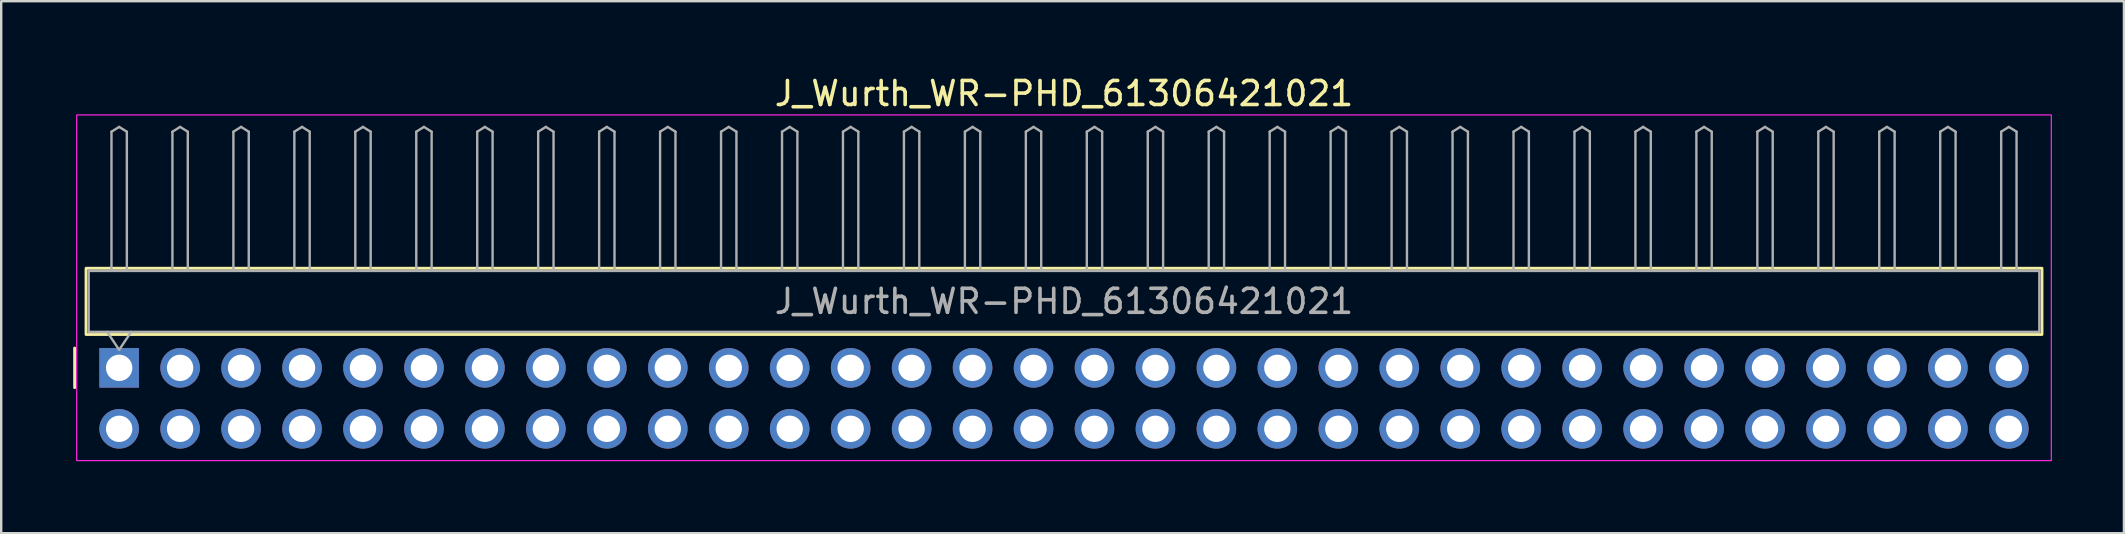
<source format=kicad_pcb>
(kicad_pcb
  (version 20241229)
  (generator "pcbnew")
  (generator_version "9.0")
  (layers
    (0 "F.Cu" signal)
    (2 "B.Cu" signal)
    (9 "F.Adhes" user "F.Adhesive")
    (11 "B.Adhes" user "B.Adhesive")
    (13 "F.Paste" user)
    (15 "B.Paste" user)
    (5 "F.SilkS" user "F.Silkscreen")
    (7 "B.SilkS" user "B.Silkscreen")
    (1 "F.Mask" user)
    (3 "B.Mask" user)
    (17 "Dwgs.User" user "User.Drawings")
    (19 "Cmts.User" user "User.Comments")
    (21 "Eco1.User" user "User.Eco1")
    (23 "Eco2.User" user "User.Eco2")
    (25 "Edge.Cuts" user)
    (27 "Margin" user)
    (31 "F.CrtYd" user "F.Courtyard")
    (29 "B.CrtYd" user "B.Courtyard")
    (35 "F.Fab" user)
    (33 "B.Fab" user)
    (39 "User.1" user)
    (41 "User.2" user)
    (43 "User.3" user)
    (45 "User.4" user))
  (footprint "J_Wurth_WR-PHD_61306421021"
    (layer "F.Cu")
    (at 1.915 12.278)
    (property "Reference" "J_Wurth_WR-PHD_61306421021" (at 39.37 -11.43 0) (unlocked yes) (layer "F.SilkS") (effects (font (size 1 1) (thickness 0.15))))
    (attr through_hole)
    (fp_line (start -1.855 -0.825) (end -1.855 0.825) (stroke (width 0.12) (type solid)) (layer "F.SilkS"))
    (fp_rect (start -1.38 -4.15) (end 80.12 -1.39) (stroke (width 0.12) (type solid)) (fill no) (layer "F.SilkS"))
    (fp_rect (start -1.77 -10.54) (end 80.51 3.865) (stroke (width 0.05) (type solid)) (fill no) (layer "F.CrtYd"))
    (fp_line (start -0.32 -9.84) (end -0.32 -4.04) (stroke (width 0.1) (type solid)) (layer "F.Fab"))
    (fp_line (start 0 -10.04) (end -0.32 -9.84) (stroke (width 0.1) (type solid)) (layer "F.Fab"))
    (fp_line (start 0 -0.75) (end -0.5 -1.5) (stroke (width 0.1) (type solid)) (layer "F.Fab"))
    (fp_line (start 0 -0.75) (end 0.5 -1.5) (stroke (width 0.1) (type solid)) (layer "F.Fab"))
    (fp_line (start 0.32 -9.84) (end 0 -10.04) (stroke (width 0.1) (type default)) (layer "F.Fab"))
    (fp_line (start 0.32 -4.04) (end 0.32 -9.84) (stroke (width 0.1) (type solid)) (layer "F.Fab"))
    (fp_line (start 2.22 -9.84) (end 2.22 -4.04) (stroke (width 0.1) (type solid)) (layer "F.Fab"))
    (fp_line (start 2.54 -10.04) (end 2.22 -9.84) (stroke (width 0.1) (type solid)) (layer "F.Fab"))
    (fp_line (start 2.86 -9.84) (end 2.54 -10.04) (stroke (width 0.1) (type default)) (layer "F.Fab"))
    (fp_line (start 2.86 -4.04) (end 2.86 -9.84) (stroke (width 0.1) (type solid)) (layer "F.Fab"))
    (fp_line (start 4.76 -9.84) (end 4.76 -4.04) (stroke (width 0.1) (type solid)) (layer "F.Fab"))
    (fp_line (start 5.08 -10.04) (end 4.76 -9.84) (stroke (width 0.1) (type solid)) (layer "F.Fab"))
    (fp_line (start 5.4 -9.84) (end 5.08 -10.04) (stroke (width 0.1) (type default)) (layer "F.Fab"))
    (fp_line (start 5.4 -4.04) (end 5.4 -9.84) (stroke (width 0.1) (type solid)) (layer "F.Fab"))
    (fp_line (start 7.3 -9.84) (end 7.3 -4.04) (stroke (width 0.1) (type solid)) (layer "F.Fab"))
    (fp_line (start 7.62 -10.04) (end 7.3 -9.84) (stroke (width 0.1) (type solid)) (layer "F.Fab"))
    (fp_line (start 7.94 -9.84) (end 7.62 -10.04) (stroke (width 0.1) (type default)) (layer "F.Fab"))
    (fp_line (start 7.94 -4.04) (end 7.94 -9.84) (stroke (width 0.1) (type solid)) (layer "F.Fab"))
    (fp_line (start 9.84 -9.84) (end 9.84 -4.04) (stroke (width 0.1) (type solid)) (layer "F.Fab"))
    (fp_line (start 10.16 -10.04) (end 9.84 -9.84) (stroke (width 0.1) (type solid)) (layer "F.Fab"))
    (fp_line (start 10.48 -9.84) (end 10.16 -10.04) (stroke (width 0.1) (type solid)) (layer "F.Fab"))
    (fp_line (start 10.48 -4.04) (end 10.48 -9.84) (stroke (width 0.1) (type solid)) (layer "F.Fab"))
    (fp_line (start 12.38 -9.84) (end 12.38 -4.04) (stroke (width 0.1) (type solid)) (layer "F.Fab"))
    (fp_line (start 12.7 -10.04) (end 12.38 -9.84) (stroke (width 0.1) (type solid)) (layer "F.Fab"))
    (fp_line (start 13.02 -9.84) (end 12.7 -10.04) (stroke (width 0.1) (type solid)) (layer "F.Fab"))
    (fp_line (start 13.02 -4.04) (end 13.02 -9.84) (stroke (width 0.1) (type solid)) (layer "F.Fab"))
    (fp_line (start 14.92 -9.84) (end 14.92 -4.04) (stroke (width 0.1) (type solid)) (layer "F.Fab"))
    (fp_line (start 15.24 -10.04) (end 14.92 -9.84) (stroke (width 0.1) (type solid)) (layer "F.Fab"))
    (fp_line (start 15.56 -9.84) (end 15.24 -10.04) (stroke (width 0.1) (type solid)) (layer "F.Fab"))
    (fp_line (start 15.56 -4.04) (end 15.56 -9.84) (stroke (width 0.1) (type solid)) (layer "F.Fab"))
    (fp_line (start 17.46 -9.84) (end 17.46 -4.04) (stroke (width 0.1) (type solid)) (layer "F.Fab"))
    (fp_line (start 17.78 -10.04) (end 17.46 -9.84) (stroke (width 0.1) (type solid)) (layer "F.Fab"))
    (fp_line (start 17.78 -10.04) (end 18.1 -9.84) (stroke (width 0.1) (type solid)) (layer "F.Fab"))
    (fp_line (start 18.1 -4.04) (end 18.1 -9.84) (stroke (width 0.1) (type solid)) (layer "F.Fab"))
    (fp_line (start 20 -9.84) (end 20 -4.04) (stroke (width 0.1) (type solid)) (layer "F.Fab"))
    (fp_line (start 20.32 -10.04) (end 20 -9.84) (stroke (width 0.1) (type solid)) (layer "F.Fab"))
    (fp_line (start 20.32 -10.04) (end 20.64 -9.84) (stroke (width 0.1) (type solid)) (layer "F.Fab"))
    (fp_line (start 20.64 -4.04) (end 20.64 -9.84) (stroke (width 0.1) (type solid)) (layer "F.Fab"))
    (fp_line (start 22.54 -9.84) (end 22.54 -4.04) (stroke (width 0.1) (type solid)) (layer "F.Fab"))
    (fp_line (start 22.86 -10.04) (end 22.54 -9.84) (stroke (width 0.1) (type solid)) (layer "F.Fab"))
    (fp_line (start 22.86 -10.04) (end 23.18 -9.84) (stroke (width 0.1) (type solid)) (layer "F.Fab"))
    (fp_line (start 23.18 -4.04) (end 23.18 -9.84) (stroke (width 0.1) (type solid)) (layer "F.Fab"))
    (fp_line (start 25.08 -9.84) (end 25.08 -4.04) (stroke (width 0.1) (type solid)) (layer "F.Fab"))
    (fp_line (start 25.4 -10.04) (end 25.08 -9.84) (stroke (width 0.1) (type solid)) (layer "F.Fab"))
    (fp_line (start 25.4 -10.04) (end 25.72 -9.84) (stroke (width 0.1) (type solid)) (layer "F.Fab"))
    (fp_line (start 25.72 -4.04) (end 25.72 -9.84) (stroke (width 0.1) (type solid)) (layer "F.Fab"))
    (fp_line (start 27.62 -9.84) (end 27.62 -4.04) (stroke (width 0.1) (type solid)) (layer "F.Fab"))
    (fp_line (start 27.94 -10.04) (end 27.62 -9.84) (stroke (width 0.1) (type solid)) (layer "F.Fab"))
    (fp_line (start 27.94 -10.04) (end 28.26 -9.84) (stroke (width 0.1) (type solid)) (layer "F.Fab"))
    (fp_line (start 28.26 -4.04) (end 28.26 -9.84) (stroke (width 0.1) (type solid)) (layer "F.Fab"))
    (fp_line (start 30.16 -9.84) (end 30.16 -4.04) (stroke (width 0.1) (type solid)) (layer "F.Fab"))
    (fp_line (start 30.48 -10.04) (end 30.16 -9.84) (stroke (width 0.1) (type solid)) (layer "F.Fab"))
    (fp_line (start 30.48 -10.04) (end 30.8 -9.84) (stroke (width 0.1) (type solid)) (layer "F.Fab"))
    (fp_line (start 30.8 -4.04) (end 30.8 -9.84) (stroke (width 0.1) (type solid)) (layer "F.Fab"))
    (fp_line (start 32.7 -9.84) (end 32.7 -4.04) (stroke (width 0.1) (type solid)) (layer "F.Fab"))
    (fp_line (start 33.02 -10.04) (end 32.7 -9.84) (stroke (width 0.1) (type solid)) (layer "F.Fab"))
    (fp_line (start 33.02 -10.04) (end 33.34 -9.84) (stroke (width 0.1) (type solid)) (layer "F.Fab"))
    (fp_line (start 33.34 -4.04) (end 33.34 -9.84) (stroke (width 0.1) (type solid)) (layer "F.Fab"))
    (fp_line (start 35.24 -9.84) (end 35.24 -4.04) (stroke (width 0.1) (type solid)) (layer "F.Fab"))
    (fp_line (start 35.56 -10.04) (end 35.24 -9.84) (stroke (width 0.1) (type solid)) (layer "F.Fab"))
    (fp_line (start 35.56 -10.04) (end 35.88 -9.84) (stroke (width 0.1) (type solid)) (layer "F.Fab"))
    (fp_line (start 35.88 -4.04) (end 35.88 -9.84) (stroke (width 0.1) (type solid)) (layer "F.Fab"))
    (fp_line (start 37.78 -9.84) (end 37.78 -4.04) (stroke (width 0.1) (type solid)) (layer "F.Fab"))
    (fp_line (start 38.1 -10.04) (end 37.78 -9.84) (stroke (width 0.1) (type solid)) (layer "F.Fab"))
    (fp_line (start 38.1 -10.04) (end 38.42 -9.84) (stroke (width 0.1) (type solid)) (layer "F.Fab"))
    (fp_line (start 38.42 -4.04) (end 38.42 -9.84) (stroke (width 0.1) (type solid)) (layer "F.Fab"))
    (fp_line (start 40.32 -9.84) (end 40.32 -4.04) (stroke (width 0.1) (type solid)) (layer "F.Fab"))
    (fp_line (start 40.64 -10.04) (end 40.32 -9.84) (stroke (width 0.1) (type solid)) (layer "F.Fab"))
    (fp_line (start 40.64 -10.04) (end 40.96 -9.84) (stroke (width 0.1) (type solid)) (layer "F.Fab"))
    (fp_line (start 40.96 -4.04) (end 40.96 -9.84) (stroke (width 0.1) (type solid)) (layer "F.Fab"))
    (fp_line (start 42.86 -9.84) (end 42.86 -4.04) (stroke (width 0.1) (type solid)) (layer "F.Fab"))
    (fp_line (start 43.18 -10.04) (end 42.86 -9.84) (stroke (width 0.1) (type solid)) (layer "F.Fab"))
    (fp_line (start 43.18 -10.04) (end 43.5 -9.84) (stroke (width 0.1) (type solid)) (layer "F.Fab"))
    (fp_line (start 43.5 -4.04) (end 43.5 -9.84) (stroke (width 0.1) (type solid)) (layer "F.Fab"))
    (fp_line (start 45.4 -9.84) (end 45.4 -4.04) (stroke (width 0.1) (type solid)) (layer "F.Fab"))
    (fp_line (start 45.72 -10.04) (end 45.4 -9.84) (stroke (width 0.1) (type solid)) (layer "F.Fab"))
    (fp_line (start 45.72 -10.04) (end 46.04 -9.84) (stroke (width 0.1) (type solid)) (layer "F.Fab"))
    (fp_line (start 46.04 -4.04) (end 46.04 -9.84) (stroke (width 0.1) (type solid)) (layer "F.Fab"))
    (fp_line (start 47.94 -9.84) (end 47.94 -4.04) (stroke (width 0.1) (type solid)) (layer "F.Fab"))
    (fp_line (start 48.26 -10.04) (end 47.94 -9.84) (stroke (width 0.1) (type solid)) (layer "F.Fab"))
    (fp_line (start 48.58 -9.84) (end 48.26 -10.04) (stroke (width 0.1) (type solid)) (layer "F.Fab"))
    (fp_line (start 48.58 -4.04) (end 48.58 -9.84) (stroke (width 0.1) (type solid)) (layer "F.Fab"))
    (fp_line (start 50.48 -9.84) (end 50.48 -4.04) (stroke (width 0.1) (type solid)) (layer "F.Fab"))
    (fp_line (start 50.8 -10.04) (end 50.48 -9.84) (stroke (width 0.1) (type solid)) (layer "F.Fab"))
    (fp_line (start 51.12 -9.84) (end 50.8 -10.04) (stroke (width 0.1) (type solid)) (layer "F.Fab"))
    (fp_line (start 51.12 -4.04) (end 51.12 -9.84) (stroke (width 0.1) (type solid)) (layer "F.Fab"))
    (fp_line (start 53.02 -9.84) (end 53.02 -4.04) (stroke (width 0.1) (type solid)) (layer "F.Fab"))
    (fp_line (start 53.34 -10.04) (end 53.02 -9.84) (stroke (width 0.1) (type solid)) (layer "F.Fab"))
    (fp_line (start 53.66 -9.84) (end 53.34 -10.04) (stroke (width 0.1) (type solid)) (layer "F.Fab"))
    (fp_line (start 53.66 -4.04) (end 53.66 -9.84) (stroke (width 0.1) (type solid)) (layer "F.Fab"))
    (fp_line (start 55.56 -9.84) (end 55.56 -4.04) (stroke (width 0.1) (type solid)) (layer "F.Fab"))
    (fp_line (start 55.88 -10.04) (end 55.56 -9.84) (stroke (width 0.1) (type solid)) (layer "F.Fab"))
    (fp_line (start 56.2 -9.84) (end 55.88 -10.04) (stroke (width 0.1) (type solid)) (layer "F.Fab"))
    (fp_line (start 56.2 -4.04) (end 56.2 -9.84) (stroke (width 0.1) (type solid)) (layer "F.Fab"))
    (fp_line (start 58.1 -9.84) (end 58.1 -4.04) (stroke (width 0.1) (type solid)) (layer "F.Fab"))
    (fp_line (start 58.42 -10.04) (end 58.1 -9.84) (stroke (width 0.1) (type solid)) (layer "F.Fab"))
    (fp_line (start 58.74 -9.84) (end 58.42 -10.04) (stroke (width 0.1) (type solid)) (layer "F.Fab"))
    (fp_line (start 58.74 -4.04) (end 58.74 -9.84) (stroke (width 0.1) (type solid)) (layer "F.Fab"))
    (fp_line (start 60.64 -9.84) (end 60.64 -4.04) (stroke (width 0.1) (type solid)) (layer "F.Fab"))
    (fp_line (start 60.96 -10.04) (end 60.64 -9.84) (stroke (width 0.1) (type solid)) (layer "F.Fab"))
    (fp_line (start 61.28 -9.84) (end 60.96 -10.04) (stroke (width 0.1) (type solid)) (layer "F.Fab"))
    (fp_line (start 61.28 -4.04) (end 61.28 -9.84) (stroke (width 0.1) (type solid)) (layer "F.Fab"))
    (fp_line (start 63.18 -9.84) (end 63.18 -4.04) (stroke (width 0.1) (type solid)) (layer "F.Fab"))
    (fp_line (start 63.5 -10.04) (end 63.18 -9.84) (stroke (width 0.1) (type solid)) (layer "F.Fab"))
    (fp_line (start 63.82 -9.84) (end 63.5 -10.04) (stroke (width 0.1) (type solid)) (layer "F.Fab"))
    (fp_line (start 63.82 -4.04) (end 63.82 -9.84) (stroke (width 0.1) (type solid)) (layer "F.Fab"))
    (fp_line (start 65.72 -9.84) (end 65.72 -4.04) (stroke (width 0.1) (type solid)) (layer "F.Fab"))
    (fp_line (start 66.04 -10.04) (end 65.72 -9.84) (stroke (width 0.1) (type solid)) (layer "F.Fab"))
    (fp_line (start 66.36 -9.84) (end 66.04 -10.04) (stroke (width 0.1) (type solid)) (layer "F.Fab"))
    (fp_line (start 66.36 -4.04) (end 66.36 -9.84) (stroke (width 0.1) (type solid)) (layer "F.Fab"))
    (fp_line (start 68.26 -9.84) (end 68.26 -4.04) (stroke (width 0.1) (type solid)) (layer "F.Fab"))
    (fp_line (start 68.58 -10.04) (end 68.26 -9.84) (stroke (width 0.1) (type solid)) (layer "F.Fab"))
    (fp_line (start 68.9 -9.84) (end 68.58 -10.04) (stroke (width 0.1) (type solid)) (layer "F.Fab"))
    (fp_line (start 68.9 -4.04) (end 68.9 -9.84) (stroke (width 0.1) (type solid)) (layer "F.Fab"))
    (fp_line (start 70.8 -9.84) (end 70.8 -4.04) (stroke (width 0.1) (type solid)) (layer "F.Fab"))
    (fp_line (start 71.12 -10.04) (end 70.8 -9.84) (stroke (width 0.1) (type solid)) (layer "F.Fab"))
    (fp_line (start 71.44 -9.84) (end 71.12 -10.04) (stroke (width 0.1) (type solid)) (layer "F.Fab"))
    (fp_line (start 71.44 -4.04) (end 71.44 -9.84) (stroke (width 0.1) (type solid)) (layer "F.Fab"))
    (fp_line (start 73.34 -9.84) (end 73.34 -4.04) (stroke (width 0.1) (type solid)) (layer "F.Fab"))
    (fp_line (start 73.66 -10.04) (end 73.34 -9.84) (stroke (width 0.1) (type solid)) (layer "F.Fab"))
    (fp_line (start 73.98 -9.84) (end 73.66 -10.04) (stroke (width 0.1) (type solid)) (layer "F.Fab"))
    (fp_line (start 73.98 -4.04) (end 73.98 -9.84) (stroke (width 0.1) (type solid)) (layer "F.Fab"))
    (fp_line (start 75.88 -9.84) (end 75.88 -4.04) (stroke (width 0.1) (type solid)) (layer "F.Fab"))
    (fp_line (start 76.2 -10.04) (end 75.88 -9.84) (stroke (width 0.1) (type solid)) (layer "F.Fab"))
    (fp_line (start 76.52 -9.84) (end 76.2 -10.04) (stroke (width 0.1) (type solid)) (layer "F.Fab"))
    (fp_line (start 76.52 -4.04) (end 76.52 -9.84) (stroke (width 0.1) (type solid)) (layer "F.Fab"))
    (fp_line (start 78.42 -9.84) (end 78.42 -4.04) (stroke (width 0.1) (type solid)) (layer "F.Fab"))
    (fp_line (start 78.74 -10.04) (end 78.42 -9.84) (stroke (width 0.1) (type solid)) (layer "F.Fab"))
    (fp_line (start 79.06 -9.84) (end 78.74 -10.04) (stroke (width 0.1) (type solid)) (layer "F.Fab"))
    (fp_line (start 79.06 -4.04) (end 79.06 -9.84) (stroke (width 0.1) (type solid)) (layer "F.Fab"))
    (fp_rect (start -1.27 -4.04) (end 80.01 -1.5) (stroke (width 0.1) (type solid)) (fill no) (layer "F.Fab"))
    (fp_text user "${REFERENCE}" (at 39.37 -2.77 0) (unlocked yes) (layer "F.Fab") (effects (font (size 1 1) (thickness 0.15))))
    (pad "1" thru_hole rect (at 0 0 180) (size 1.65 1.65) (drill 1.1) (layers "*.Cu" "*.Mask"))
    (pad "2" thru_hole circle (at 0 2.54 180) (size 1.65 1.65) (drill 1.1) (layers "*.Cu" "*.Mask"))
    (pad "3" thru_hole circle (at 2.54 0 180) (size 1.65 1.65) (drill 1.1) (layers "*.Cu" "*.Mask"))
    (pad "4" thru_hole circle (at 2.54 2.54 180) (size 1.65 1.65) (drill 1.1) (layers "*.Cu" "*.Mask"))
    (pad "5" thru_hole circle (at 5.08 0 180) (size 1.65 1.65) (drill 1.1) (layers "*.Cu" "*.Mask"))
    (pad "6" thru_hole circle (at 5.08 2.54 180) (size 1.65 1.65) (drill 1.1) (layers "*.Cu" "*.Mask"))
    (pad "7" thru_hole circle (at 7.62 0 180) (size 1.65 1.65) (drill 1.1) (layers "*.Cu" "*.Mask"))
    (pad "8" thru_hole circle (at 7.62 2.54 180) (size 1.65 1.65) (drill 1.1) (layers "*.Cu" "*.Mask"))
    (pad "9" thru_hole circle (at 10.16 0 180) (size 1.65 1.65) (drill 1.1) (layers "*.Cu" "*.Mask"))
    (pad "10" thru_hole circle (at 10.16 2.54 180) (size 1.65 1.65) (drill 1.1) (layers "*.Cu" "*.Mask"))
    (pad "11" thru_hole circle (at 12.7 0 180) (size 1.65 1.65) (drill 1.1) (layers "*.Cu" "*.Mask"))
    (pad "12" thru_hole circle (at 12.7 2.54 180) (size 1.65 1.65) (drill 1.1) (layers "*.Cu" "*.Mask"))
    (pad "13" thru_hole circle (at 15.24 0 180) (size 1.65 1.65) (drill 1.1) (layers "*.Cu" "*.Mask"))
    (pad "14" thru_hole circle (at 15.24 2.54 180) (size 1.65 1.65) (drill 1.1) (layers "*.Cu" "*.Mask"))
    (pad "15" thru_hole circle (at 17.78 0 180) (size 1.65 1.65) (drill 1.1) (layers "*.Cu" "*.Mask"))
    (pad "16" thru_hole circle (at 17.78 2.54 180) (size 1.65 1.65) (drill 1.1) (layers "*.Cu" "*.Mask"))
    (pad "17" thru_hole circle (at 20.32 0 180) (size 1.65 1.65) (drill 1.1) (layers "*.Cu" "*.Mask"))
    (pad "18" thru_hole circle (at 20.32 2.54 180) (size 1.65 1.65) (drill 1.1) (layers "*.Cu" "*.Mask"))
    (pad "19" thru_hole circle (at 22.86 0 180) (size 1.65 1.65) (drill 1.1) (layers "*.Cu" "*.Mask"))
    (pad "20" thru_hole circle (at 22.86 2.54 180) (size 1.65 1.65) (drill 1.1) (layers "*.Cu" "*.Mask"))
    (pad "21" thru_hole circle (at 25.4 0 180) (size 1.65 1.65) (drill 1.1) (layers "*.Cu" "*.Mask"))
    (pad "22" thru_hole circle (at 25.4 2.54 180) (size 1.65 1.65) (drill 1.1) (layers "*.Cu" "*.Mask"))
    (pad "23" thru_hole circle (at 27.94 0 180) (size 1.65 1.65) (drill 1.1) (layers "*.Cu" "*.Mask"))
    (pad "24" thru_hole circle (at 27.94 2.54 180) (size 1.65 1.65) (drill 1.1) (layers "*.Cu" "*.Mask"))
    (pad "25" thru_hole circle (at 30.48 0 180) (size 1.65 1.65) (drill 1.1) (layers "*.Cu" "*.Mask"))
    (pad "26" thru_hole circle (at 30.48 2.54 180) (size 1.65 1.65) (drill 1.1) (layers "*.Cu" "*.Mask"))
    (pad "27" thru_hole circle (at 33.02 0 180) (size 1.65 1.65) (drill 1.1) (layers "*.Cu" "*.Mask"))
    (pad "28" thru_hole circle (at 33.02 2.54 180) (size 1.65 1.65) (drill 1.1) (layers "*.Cu" "*.Mask"))
    (pad "29" thru_hole circle (at 35.56 0 180) (size 1.65 1.65) (drill 1.1) (layers "*.Cu" "*.Mask"))
    (pad "30" thru_hole circle (at 35.56 2.54 180) (size 1.65 1.65) (drill 1.1) (layers "*.Cu" "*.Mask"))
    (pad "31" thru_hole circle (at 38.1 0 180) (size 1.65 1.65) (drill 1.1) (layers "*.Cu" "*.Mask"))
    (pad "32" thru_hole circle (at 38.1 2.54 180) (size 1.65 1.65) (drill 1.1) (layers "*.Cu" "*.Mask"))
    (pad "33" thru_hole circle (at 40.64 0 180) (size 1.65 1.65) (drill 1.1) (layers "*.Cu" "*.Mask"))
    (pad "34" thru_hole circle (at 40.64 2.54 180) (size 1.65 1.65) (drill 1.1) (layers "*.Cu" "*.Mask"))
    (pad "35" thru_hole circle (at 43.18 0 180) (size 1.65 1.65) (drill 1.1) (layers "*.Cu" "*.Mask"))
    (pad "36" thru_hole circle (at 43.18 2.54 180) (size 1.65 1.65) (drill 1.1) (layers "*.Cu" "*.Mask"))
    (pad "37" thru_hole circle (at 45.72 0 180) (size 1.65 1.65) (drill 1.1) (layers "*.Cu" "*.Mask"))
    (pad "38" thru_hole circle (at 45.72 2.54 180) (size 1.65 1.65) (drill 1.1) (layers "*.Cu" "*.Mask"))
    (pad "39" thru_hole circle (at 48.26 0 180) (size 1.65 1.65) (drill 1.1) (layers "*.Cu" "*.Mask"))
    (pad "40" thru_hole circle (at 48.26 2.54 180) (size 1.65 1.65) (drill 1.1) (layers "*.Cu" "*.Mask"))
    (pad "41" thru_hole circle (at 50.8 0 180) (size 1.65 1.65) (drill 1.1) (layers "*.Cu" "*.Mask"))
    (pad "42" thru_hole circle (at 50.8 2.54 180) (size 1.65 1.65) (drill 1.1) (layers "*.Cu" "*.Mask"))
    (pad "43" thru_hole circle (at 53.34 0 180) (size 1.65 1.65) (drill 1.1) (layers "*.Cu" "*.Mask"))
    (pad "44" thru_hole circle (at 53.34 2.54 180) (size 1.65 1.65) (drill 1.1) (layers "*.Cu" "*.Mask"))
    (pad "45" thru_hole circle (at 55.88 0 180) (size 1.65 1.65) (drill 1.1) (layers "*.Cu" "*.Mask"))
    (pad "46" thru_hole circle (at 55.88 2.54 180) (size 1.65 1.65) (drill 1.1) (layers "*.Cu" "*.Mask"))
    (pad "47" thru_hole circle (at 58.42 0 180) (size 1.65 1.65) (drill 1.1) (layers "*.Cu" "*.Mask"))
    (pad "48" thru_hole circle (at 58.42 2.54 180) (size 1.65 1.65) (drill 1.1) (layers "*.Cu" "*.Mask"))
    (pad "49" thru_hole circle (at 60.96 0 180) (size 1.65 1.65) (drill 1.1) (layers "*.Cu" "*.Mask"))
    (pad "50" thru_hole circle (at 60.96 2.54 180) (size 1.65 1.65) (drill 1.1) (layers "*.Cu" "*.Mask"))
    (pad "51" thru_hole circle (at 63.5 0 180) (size 1.65 1.65) (drill 1.1) (layers "*.Cu" "*.Mask"))
    (pad "52" thru_hole circle (at 63.5 2.54 180) (size 1.65 1.65) (drill 1.1) (layers "*.Cu" "*.Mask"))
    (pad "53" thru_hole circle (at 66.04 0 180) (size 1.65 1.65) (drill 1.1) (layers "*.Cu" "*.Mask"))
    (pad "54" thru_hole circle (at 66.04 2.54 180) (size 1.65 1.65) (drill 1.1) (layers "*.Cu" "*.Mask"))
    (pad "55" thru_hole circle (at 68.58 0 180) (size 1.65 1.65) (drill 1.1) (layers "*.Cu" "*.Mask"))
    (pad "56" thru_hole circle (at 68.58 2.54 180) (size 1.65 1.65) (drill 1.1) (layers "*.Cu" "*.Mask"))
    (pad "57" thru_hole circle (at 71.12 0 180) (size 1.65 1.65) (drill 1.1) (layers "*.Cu" "*.Mask"))
    (pad "58" thru_hole circle (at 71.12 2.54 180) (size 1.65 1.65) (drill 1.1) (layers "*.Cu" "*.Mask"))
    (pad "59" thru_hole circle (at 73.66 0 180) (size 1.65 1.65) (drill 1.1) (layers "*.Cu" "*.Mask"))
    (pad "60" thru_hole circle (at 73.66 2.54 180) (size 1.65 1.65) (drill 1.1) (layers "*.Cu" "*.Mask"))
    (pad "61" thru_hole circle (at 76.2 0 180) (size 1.65 1.65) (drill 1.1) (layers "*.Cu" "*.Mask"))
    (pad "62" thru_hole circle (at 76.2 2.54 180) (size 1.65 1.65) (drill 1.1) (layers "*.Cu" "*.Mask"))
    (pad "63" thru_hole circle (at 78.74 0 180) (size 1.65 1.65) (drill 1.1) (layers "*.Cu" "*.Mask"))
    (pad "64" thru_hole circle (at 78.74 2.54 180) (size 1.65 1.65) (drill 1.1) (layers "*.Cu" "*.Mask")))
  (gr_rect
    (start -3 -3)
    (end 85.45 19.168)
    (stroke (width 0.1) (type default))
    (fill no)
    (layer "Edge.Cuts")))
</source>
